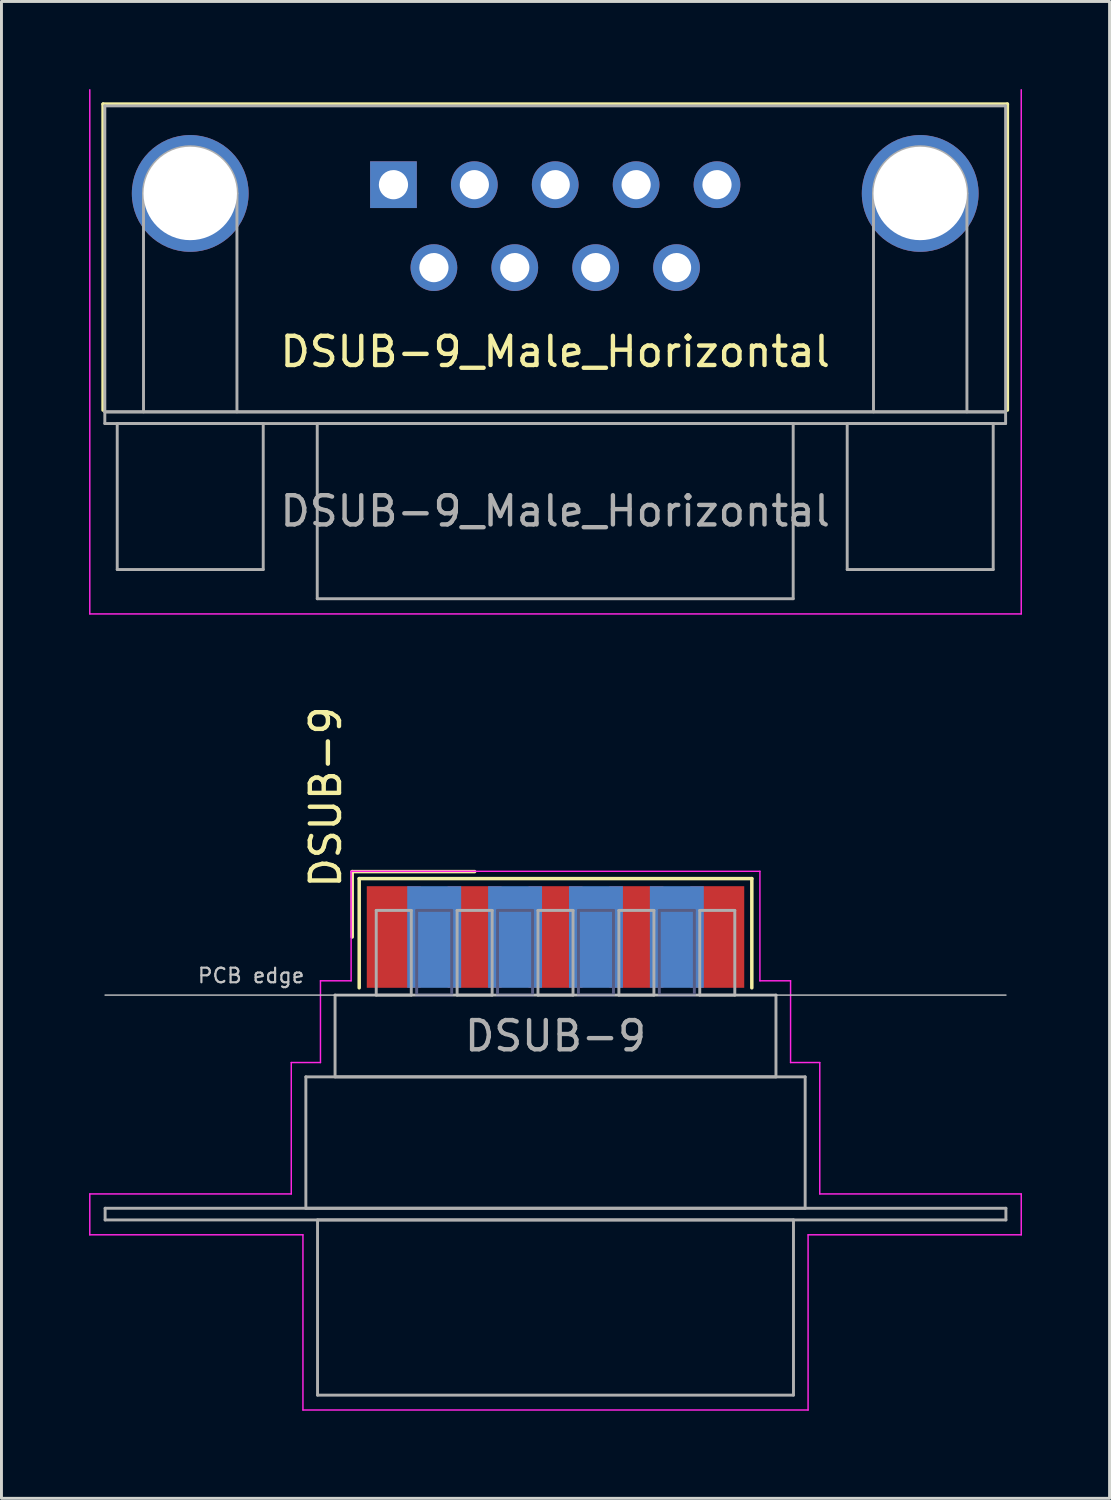
<source format=kicad_pcb>
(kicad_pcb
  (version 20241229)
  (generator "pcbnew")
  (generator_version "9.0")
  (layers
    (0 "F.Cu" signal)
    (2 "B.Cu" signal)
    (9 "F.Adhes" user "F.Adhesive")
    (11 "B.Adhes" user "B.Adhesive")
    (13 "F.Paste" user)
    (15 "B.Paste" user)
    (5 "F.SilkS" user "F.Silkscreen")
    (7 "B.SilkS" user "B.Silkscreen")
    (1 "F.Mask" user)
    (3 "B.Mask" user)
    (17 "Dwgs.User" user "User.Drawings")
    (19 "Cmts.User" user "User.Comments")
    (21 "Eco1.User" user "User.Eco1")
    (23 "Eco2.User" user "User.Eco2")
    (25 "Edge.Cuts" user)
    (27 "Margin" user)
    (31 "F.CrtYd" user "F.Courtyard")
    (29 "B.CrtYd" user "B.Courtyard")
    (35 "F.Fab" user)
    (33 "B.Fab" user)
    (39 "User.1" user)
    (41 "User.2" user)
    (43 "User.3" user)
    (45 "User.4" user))
  (footprint "DSUB-9_Male_Horizontal"
    (layer "F.Cu")
    (at 10.425 3.275)
    (property "Reference" "DSUB-9_Male_Horizontal" (at 5.54 5.72 0) (layer "F.SilkS") (effects (font (size 1 1) (thickness 0.15))))
    (attr through_hole)
    (fp_line (start -9.945 -2.76) (end 21.025 -2.76) (stroke (width 0.12) (type solid)) (layer "F.SilkS"))
    (fp_line (start -9.945 7.72) (end -9.945 -2.76) (stroke (width 0.12) (type solid)) (layer "F.SilkS"))
    (fp_line (start 21.025 -2.76) (end 21.025 7.72) (stroke (width 0.12) (type solid)) (layer "F.SilkS"))
    (fp_line (start -10.4 -3.25) (end -10.4 14.7) (stroke (width 0.05) (type solid)) (layer "F.CrtYd"))
    (fp_line (start -10.4 14.7) (end 21.5 14.7) (stroke (width 0.05) (type solid)) (layer "F.CrtYd"))
    (fp_line (start 21.5 14.7) (end 21.5 -3.25) (stroke (width 0.05) (type solid)) (layer "F.CrtYd"))
    (fp_line (start -9.885 -2.7) (end -9.885 7.78) (stroke (width 0.1) (type solid)) (layer "F.Fab"))
    (fp_line (start -9.885 7.78) (end -9.885 8.18) (stroke (width 0.1) (type solid)) (layer "F.Fab"))
    (fp_line (start -9.885 7.78) (end 20.965 7.78) (stroke (width 0.1) (type solid)) (layer "F.Fab"))
    (fp_line (start -9.885 8.18) (end 20.965 8.18) (stroke (width 0.1) (type solid)) (layer "F.Fab"))
    (fp_line (start -9.46 8.18) (end -9.46 13.18) (stroke (width 0.1) (type solid)) (layer "F.Fab"))
    (fp_line (start -9.46 13.18) (end -4.46 13.18) (stroke (width 0.1) (type solid)) (layer "F.Fab"))
    (fp_line (start -8.56 7.78) (end -8.56 0.3) (stroke (width 0.1) (type solid)) (layer "F.Fab"))
    (fp_line (start -5.36 7.78) (end -5.36 0.3) (stroke (width 0.1) (type solid)) (layer "F.Fab"))
    (fp_line (start -4.46 8.18) (end -9.46 8.18) (stroke (width 0.1) (type solid)) (layer "F.Fab"))
    (fp_line (start -4.46 13.18) (end -4.46 8.18) (stroke (width 0.1) (type solid)) (layer "F.Fab"))
    (fp_line (start -2.61 8.18) (end -2.61 14.18) (stroke (width 0.1) (type solid)) (layer "F.Fab"))
    (fp_line (start -2.61 14.18) (end 13.69 14.18) (stroke (width 0.1) (type solid)) (layer "F.Fab"))
    (fp_line (start 13.69 8.18) (end -2.61 8.18) (stroke (width 0.1) (type solid)) (layer "F.Fab"))
    (fp_line (start 13.69 14.18) (end 13.69 8.18) (stroke (width 0.1) (type solid)) (layer "F.Fab"))
    (fp_line (start 15.54 8.18) (end 15.54 13.18) (stroke (width 0.1) (type solid)) (layer "F.Fab"))
    (fp_line (start 15.54 13.18) (end 20.54 13.18) (stroke (width 0.1) (type solid)) (layer "F.Fab"))
    (fp_line (start 16.44 7.78) (end 16.44 0.3) (stroke (width 0.1) (type solid)) (layer "F.Fab"))
    (fp_line (start 19.64 7.78) (end 19.64 0.3) (stroke (width 0.1) (type solid)) (layer "F.Fab"))
    (fp_line (start 20.54 8.18) (end 15.54 8.18) (stroke (width 0.1) (type solid)) (layer "F.Fab"))
    (fp_line (start 20.54 13.18) (end 20.54 8.18) (stroke (width 0.1) (type solid)) (layer "F.Fab"))
    (fp_line (start 20.965 -2.7) (end -9.885 -2.7) (stroke (width 0.1) (type solid)) (layer "F.Fab"))
    (fp_line (start 20.965 7.78) (end -9.885 7.78) (stroke (width 0.1) (type solid)) (layer "F.Fab"))
    (fp_line (start 20.965 7.78) (end 20.965 -2.7) (stroke (width 0.1) (type solid)) (layer "F.Fab"))
    (fp_line (start 20.965 8.18) (end 20.965 7.78) (stroke (width 0.1) (type solid)) (layer "F.Fab"))
    (fp_arc (start -8.56 0.3) (mid -6.96 -1.3) (end -5.36 0.3) (stroke (width 0.1) (type solid)) (layer "F.Fab"))
    (fp_arc (start 16.44 0.3) (mid 18.04 -1.3) (end 19.64 0.3) (stroke (width 0.1) (type solid)) (layer "F.Fab"))
    (fp_text user "${REFERENCE}" (at 5.54 11.18 0) (layer "F.Fab") (effects (font (size 1 1) (thickness 0.15))))
    (pad "0" thru_hole circle (at -6.96 0.3) (size 4 4) (drill 3.2) (layers "*.Cu" "*.Mask"))
    (pad "0" thru_hole circle (at 18.04 0.3) (size 4 4) (drill 3.2) (layers "*.Cu" "*.Mask"))
    (pad "1" thru_hole rect (at 0 0) (size 1.6 1.6) (drill 1) (layers "*.Cu" "*.Mask"))
    (pad "2" thru_hole circle (at 2.77 0) (size 1.6 1.6) (drill 1) (layers "*.Cu" "*.Mask"))
    (pad "3" thru_hole circle (at 5.54 0) (size 1.6 1.6) (drill 1) (layers "*.Cu" "*.Mask"))
    (pad "4" thru_hole circle (at 8.31 0) (size 1.6 1.6) (drill 1) (layers "*.Cu" "*.Mask"))
    (pad "5" thru_hole circle (at 11.08 0) (size 1.6 1.6) (drill 1) (layers "*.Cu" "*.Mask"))
    (pad "6" thru_hole circle (at 1.385 2.84) (size 1.6 1.6) (drill 1) (layers "*.Cu" "*.Mask"))
    (pad "7" thru_hole circle (at 4.155 2.84) (size 1.6 1.6) (drill 1) (layers "*.Cu" "*.Mask"))
    (pad "8" thru_hole circle (at 6.925 2.84) (size 1.6 1.6) (drill 1) (layers "*.Cu" "*.Mask"))
    (pad "9" thru_hole circle (at 9.695 2.84) (size 1.6 1.6) (drill 1) (layers "*.Cu" "*.Mask")))
  (footprint "DSUB-9"
    (layer "F.Cu")
    (at 15.975 29.04)
    (property "Reference" "DSUB-9" (at -7.87 -1.6 90) (layer "F.SilkS") (effects (font (size 1 1) (thickness 0.15)) (justify left)))
    (attr smd)
    (fp_line (start -6.963 -2.24) (end -2.77 -2.24) (stroke (width 0.12) (type solid)) (layer "F.SilkS"))
    (fp_line (start -6.963 0) (end -6.963 -2.24) (stroke (width 0.12) (type solid)) (layer "F.SilkS"))
    (fp_line (start -6.723 -2) (end -6.723 1.74) (stroke (width 0.12) (type solid)) (layer "F.SilkS"))
    (fp_line (start 6.723 -2) (end -6.723 -2) (stroke (width 0.12) (type solid)) (layer "F.SilkS"))
    (fp_line (start 6.723 1.74) (end 6.723 -2) (stroke (width 0.12) (type solid)) (layer "F.SilkS"))
    (fp_line (start -15.425 1.99) (end 15.425 1.99) (stroke (width 0.05) (type solid)) (layer "Dwgs.User"))
    (fp_line (start -15.95 8.8) (end -9.05 8.8) (stroke (width 0.05) (type solid)) (layer "F.CrtYd"))
    (fp_line (start -15.95 10.2) (end -15.95 8.8) (stroke (width 0.05) (type solid)) (layer "F.CrtYd"))
    (fp_line (start -9.05 4.3) (end -8.05 4.3) (stroke (width 0.05) (type solid)) (layer "F.CrtYd"))
    (fp_line (start -9.05 8.8) (end -9.05 4.3) (stroke (width 0.05) (type solid)) (layer "F.CrtYd"))
    (fp_line (start -8.65 10.2) (end -15.95 10.2) (stroke (width 0.05) (type solid)) (layer "F.CrtYd"))
    (fp_line (start -8.65 16.2) (end -8.65 10.2) (stroke (width 0.05) (type solid)) (layer "F.CrtYd"))
    (fp_line (start -8.05 1.5) (end -7 1.5) (stroke (width 0.05) (type solid)) (layer "F.CrtYd"))
    (fp_line (start -8.05 4.3) (end -8.05 1.5) (stroke (width 0.05) (type solid)) (layer "F.CrtYd"))
    (fp_line (start -7 -2.25) (end 7 -2.25) (stroke (width 0.05) (type solid)) (layer "F.CrtYd"))
    (fp_line (start -7 1.5) (end -7 -2.25) (stroke (width 0.05) (type solid)) (layer "F.CrtYd"))
    (fp_line (start 7 -2.25) (end 7 1.5) (stroke (width 0.05) (type solid)) (layer "F.CrtYd"))
    (fp_line (start 7 1.5) (end 8.05 1.5) (stroke (width 0.05) (type solid)) (layer "F.CrtYd"))
    (fp_line (start 8.05 1.5) (end 8.05 4.3) (stroke (width 0.05) (type solid)) (layer "F.CrtYd"))
    (fp_line (start 8.05 4.3) (end 9.05 4.3) (stroke (width 0.05) (type solid)) (layer "F.CrtYd"))
    (fp_line (start 8.65 10.2) (end 8.65 16.2) (stroke (width 0.05) (type solid)) (layer "F.CrtYd"))
    (fp_line (start 8.65 16.2) (end -8.65 16.2) (stroke (width 0.05) (type solid)) (layer "F.CrtYd"))
    (fp_line (start 9.05 4.3) (end 9.05 8.8) (stroke (width 0.05) (type solid)) (layer "F.CrtYd"))
    (fp_line (start 9.05 8.8) (end 15.95 8.8) (stroke (width 0.05) (type solid)) (layer "F.CrtYd"))
    (fp_line (start 15.95 8.8) (end 15.95 10.2) (stroke (width 0.05) (type solid)) (layer "F.CrtYd"))
    (fp_line (start 15.95 10.2) (end 8.65 10.2) (stroke (width 0.05) (type solid)) (layer "F.CrtYd"))
    (fp_line (start -4.755 -0.91) (end -4.755 1.99) (stroke (width 0.1) (type solid)) (layer "B.Fab"))
    (fp_line (start -4.755 1.99) (end -3.555 1.99) (stroke (width 0.1) (type solid)) (layer "B.Fab"))
    (fp_line (start -3.555 -0.91) (end -4.755 -0.91) (stroke (width 0.1) (type solid)) (layer "B.Fab"))
    (fp_line (start -3.555 1.99) (end -3.555 -0.91) (stroke (width 0.1) (type solid)) (layer "B.Fab"))
    (fp_line (start -1.985 -0.91) (end -1.985 1.99) (stroke (width 0.1) (type solid)) (layer "B.Fab"))
    (fp_line (start -1.985 1.99) (end -0.785 1.99) (stroke (width 0.1) (type solid)) (layer "B.Fab"))
    (fp_line (start -0.785 -0.91) (end -1.985 -0.91) (stroke (width 0.1) (type solid)) (layer "B.Fab"))
    (fp_line (start -0.785 1.99) (end -0.785 -0.91) (stroke (width 0.1) (type solid)) (layer "B.Fab"))
    (fp_line (start 0.785 -0.91) (end 0.785 1.99) (stroke (width 0.1) (type solid)) (layer "B.Fab"))
    (fp_line (start 0.785 1.99) (end 1.985 1.99) (stroke (width 0.1) (type solid)) (layer "B.Fab"))
    (fp_line (start 1.985 -0.91) (end 0.785 -0.91) (stroke (width 0.1) (type solid)) (layer "B.Fab"))
    (fp_line (start 1.985 1.99) (end 1.985 -0.91) (stroke (width 0.1) (type solid)) (layer "B.Fab"))
    (fp_line (start 3.555 -0.91) (end 3.555 1.99) (stroke (width 0.1) (type solid)) (layer "B.Fab"))
    (fp_line (start 3.555 1.99) (end 4.755 1.99) (stroke (width 0.1) (type solid)) (layer "B.Fab"))
    (fp_line (start 4.755 -0.91) (end 3.555 -0.91) (stroke (width 0.1) (type solid)) (layer "B.Fab"))
    (fp_line (start 4.755 1.99) (end 4.755 -0.91) (stroke (width 0.1) (type solid)) (layer "B.Fab"))
    (fp_line (start -15.425 9.29) (end -15.425 9.69) (stroke (width 0.1) (type solid)) (layer "F.Fab"))
    (fp_line (start -15.425 9.69) (end 15.425 9.69) (stroke (width 0.1) (type solid)) (layer "F.Fab"))
    (fp_line (start -8.55 4.79) (end -8.55 9.29) (stroke (width 0.1) (type solid)) (layer "F.Fab"))
    (fp_line (start -8.55 9.29) (end 8.55 9.29) (stroke (width 0.1) (type solid)) (layer "F.Fab"))
    (fp_line (start -8.15 9.69) (end -8.15 15.69) (stroke (width 0.1) (type solid)) (layer "F.Fab"))
    (fp_line (start -8.15 15.69) (end 8.15 15.69) (stroke (width 0.1) (type solid)) (layer "F.Fab"))
    (fp_line (start -7.55 1.99) (end -7.55 4.79) (stroke (width 0.1) (type solid)) (layer "F.Fab"))
    (fp_line (start -7.55 4.79) (end 7.55 4.79) (stroke (width 0.1) (type solid)) (layer "F.Fab"))
    (fp_line (start -6.14 -0.91) (end -6.14 1.99) (stroke (width 0.1) (type solid)) (layer "F.Fab"))
    (fp_line (start -6.14 1.99) (end -4.94 1.99) (stroke (width 0.1) (type solid)) (layer "F.Fab"))
    (fp_line (start -4.94 -0.91) (end -6.14 -0.91) (stroke (width 0.1) (type solid)) (layer "F.Fab"))
    (fp_line (start -4.94 1.99) (end -4.94 -0.91) (stroke (width 0.1) (type solid)) (layer "F.Fab"))
    (fp_line (start -3.37 -0.91) (end -3.37 1.99) (stroke (width 0.1) (type solid)) (layer "F.Fab"))
    (fp_line (start -3.37 1.99) (end -2.17 1.99) (stroke (width 0.1) (type solid)) (layer "F.Fab"))
    (fp_line (start -2.17 -0.91) (end -3.37 -0.91) (stroke (width 0.1) (type solid)) (layer "F.Fab"))
    (fp_line (start -2.17 1.99) (end -2.17 -0.91) (stroke (width 0.1) (type solid)) (layer "F.Fab"))
    (fp_line (start -0.6 -0.91) (end -0.6 1.99) (stroke (width 0.1) (type solid)) (layer "F.Fab"))
    (fp_line (start -0.6 1.99) (end 0.6 1.99) (stroke (width 0.1) (type solid)) (layer "F.Fab"))
    (fp_line (start 0.6 -0.91) (end -0.6 -0.91) (stroke (width 0.1) (type solid)) (layer "F.Fab"))
    (fp_line (start 0.6 1.99) (end 0.6 -0.91) (stroke (width 0.1) (type solid)) (layer "F.Fab"))
    (fp_line (start 2.17 -0.91) (end 2.17 1.99) (stroke (width 0.1) (type solid)) (layer "F.Fab"))
    (fp_line (start 2.17 1.99) (end 3.37 1.99) (stroke (width 0.1) (type solid)) (layer "F.Fab"))
    (fp_line (start 3.37 -0.91) (end 2.17 -0.91) (stroke (width 0.1) (type solid)) (layer "F.Fab"))
    (fp_line (start 3.37 1.99) (end 3.37 -0.91) (stroke (width 0.1) (type solid)) (layer "F.Fab"))
    (fp_line (start 4.94 -0.91) (end 4.94 1.99) (stroke (width 0.1) (type solid)) (layer "F.Fab"))
    (fp_line (start 4.94 1.99) (end 6.14 1.99) (stroke (width 0.1) (type solid)) (layer "F.Fab"))
    (fp_line (start 6.14 -0.91) (end 4.94 -0.91) (stroke (width 0.1) (type solid)) (layer "F.Fab"))
    (fp_line (start 6.14 1.99) (end 6.14 -0.91) (stroke (width 0.1) (type solid)) (layer "F.Fab"))
    (fp_line (start 7.55 1.99) (end -7.55 1.99) (stroke (width 0.1) (type solid)) (layer "F.Fab"))
    (fp_line (start 7.55 4.79) (end 7.55 1.99) (stroke (width 0.1) (type solid)) (layer "F.Fab"))
    (fp_line (start 8.15 9.69) (end -8.15 9.69) (stroke (width 0.1) (type solid)) (layer "F.Fab"))
    (fp_line (start 8.15 15.69) (end 8.15 9.69) (stroke (width 0.1) (type solid)) (layer "F.Fab"))
    (fp_line (start 8.55 4.79) (end -8.55 4.79) (stroke (width 0.1) (type solid)) (layer "F.Fab"))
    (fp_line (start 8.55 9.29) (end 8.55 4.79) (stroke (width 0.1) (type solid)) (layer "F.Fab"))
    (fp_line (start 15.425 9.29) (end -15.425 9.29) (stroke (width 0.1) (type solid)) (layer "F.Fab"))
    (fp_line (start 15.425 9.69) (end 15.425 9.29) (stroke (width 0.1) (type solid)) (layer "F.Fab"))
    (fp_text user "PCB edge" (at -10.425 1.323 0) (layer "Dwgs.User") (effects (font (size 0.5 0.5) (thickness 0.075))))
    (fp_text user "${REFERENCE}" (at 0 3.39 0) (layer "F.Fab") (effects (font (size 1 1) (thickness 0.15))))
    (pad "1" smd rect (at -5.54 0) (size 1.847 3.48) (layers "F.Cu" "F.Mask" "F.Paste"))
    (pad "2" smd rect (at -2.77 0) (size 1.847 3.48) (layers "F.Cu" "F.Mask" "F.Paste"))
    (pad "3" smd rect (at 0 0) (size 1.847 3.48) (layers "F.Cu" "F.Mask" "F.Paste"))
    (pad "4" smd rect (at 2.77 0) (size 1.847 3.48) (layers "F.Cu" "F.Mask" "F.Paste"))
    (pad "5" smd rect (at 5.54 0) (size 1.847 3.48) (layers "F.Cu" "F.Mask" "F.Paste"))
    (pad "6" smd rect (at -4.155 0) (size 1.847 3.48) (layers "B.Cu" "B.Mask" "B.Paste"))
    (pad "7" smd rect (at -1.385 0) (size 1.847 3.48) (layers "B.Cu" "B.Mask" "B.Paste"))
    (pad "8" smd rect (at 1.385 0) (size 1.847 3.48) (layers "B.Cu" "B.Mask" "B.Paste"))
    (pad "9" smd rect (at 4.155 0) (size 1.847 3.48) (layers "B.Cu" "B.Mask" "B.Paste")))
  (gr_rect
    (start -3 -3)
    (end 34.95 48.265)
    (stroke (width 0.1) (type default))
    (fill no)
    (layer "Edge.Cuts")))
</source>
